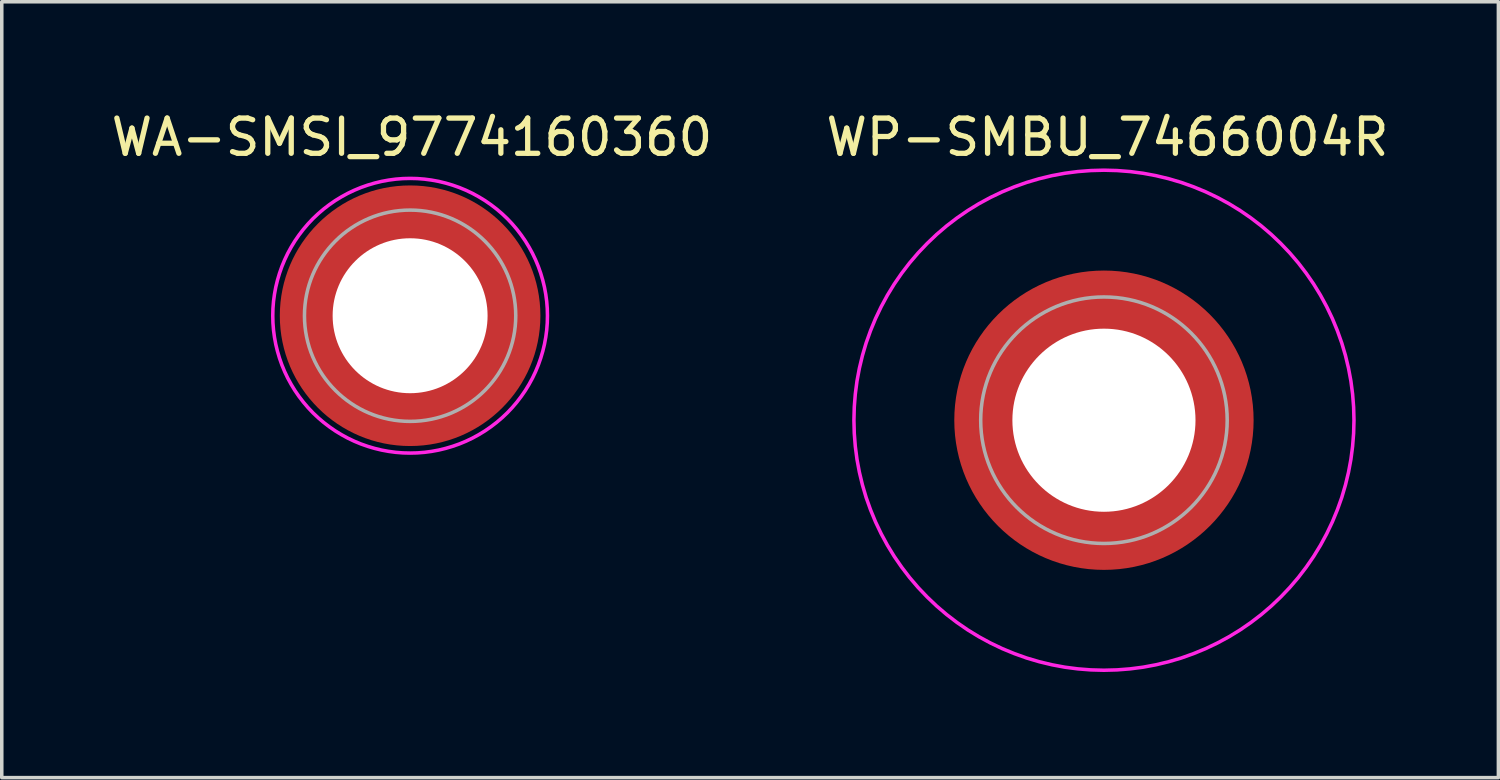
<source format=kicad_pcb>
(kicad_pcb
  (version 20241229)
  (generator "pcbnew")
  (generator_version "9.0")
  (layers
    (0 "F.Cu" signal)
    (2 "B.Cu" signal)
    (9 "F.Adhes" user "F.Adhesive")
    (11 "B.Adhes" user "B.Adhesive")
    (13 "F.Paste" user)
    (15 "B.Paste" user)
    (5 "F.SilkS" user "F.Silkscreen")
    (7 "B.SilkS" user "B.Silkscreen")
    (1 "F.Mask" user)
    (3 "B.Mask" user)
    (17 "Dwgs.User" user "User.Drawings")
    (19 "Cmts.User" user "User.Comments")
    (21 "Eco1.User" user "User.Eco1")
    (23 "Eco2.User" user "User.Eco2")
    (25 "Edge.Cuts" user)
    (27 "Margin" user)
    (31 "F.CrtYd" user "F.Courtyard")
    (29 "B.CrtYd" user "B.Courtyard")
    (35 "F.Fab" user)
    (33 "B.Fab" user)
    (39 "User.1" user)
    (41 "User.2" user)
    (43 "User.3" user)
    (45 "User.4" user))
  (footprint "WP-SMBU_7466004R"
    (layer "F.Cu")
    (at 28.299 8.883)
    (property "Reference" "WP-SMBU_7466004R" (at 0.1 -8.035 0) (layer "F.SilkS") (effects (font (size 1 1) (thickness 0.15))))
    (attr smd)
    (fp_poly (pts (xy -4.12 0.5) (xy -2.705 0.5) (xy -2.69 0.575) (xy -2.67 0.665) (xy -2.64 0.775) (xy -2.6 0.9) (xy -2.565 0.995) (xy -2.53 1.08) (xy -2.485 1.18) (xy -2.435 1.28) (xy -2.39 1.36) (xy -2.35 1.43) (xy -2.295 1.515) (xy -2.24 1.595) (xy -2.185 1.67) (xy -2.135 1.735) (xy -2.08 1.8) (xy -2.02 1.865) (xy -1.945 1.945) (xy -1.87 2.015) (xy -1.81 2.07) (xy -1.735 2.135) (xy -1.665 2.19) (xy -1.59 2.245) (xy -1.5 2.305) (xy -1.415 2.36) (xy -1.325 2.41) (xy -1.24 2.455) (xy -1.16 2.495) (xy -1.055 2.54) (xy -0.94 2.585) (xy -0.825 2.625) (xy -0.7 2.66) (xy -0.575 2.69) (xy -0.5 2.705) (xy -0.5 4.12) (xy -0.545 4.115) (xy -0.62 4.105) (xy -0.675 4.095) (xy -0.735 4.085) (xy -0.79 4.075) (xy -0.87 4.06) (xy -0.935 4.045) (xy -0.995 4.03) (xy -1.075 4.01) (xy -1.145 3.99) (xy -1.215 3.97) (xy -1.28 3.95) (xy -1.35 3.925) (xy -1.435 3.895) (xy -1.49 3.875) (xy -1.55 3.85) (xy -1.625 3.82) (xy -1.695 3.79) (xy -1.77 3.755) (xy -1.835 3.725) (xy -1.9 3.69) (xy -1.97 3.655) (xy -2.04 3.615) (xy -2.1 3.58) (xy -2.16 3.545) (xy -2.24 3.495) (xy -2.345 3.425) (xy -2.43 3.365) (xy -2.53 3.29) (xy -2.6 3.235) (xy -2.685 3.165) (xy -2.76 3.1) (xy -2.84 3.025) (xy -2.895 2.975) (xy -2.99 2.88) (xy -3.09 2.77) (xy -3.185 2.66) (xy -3.27 2.555) (xy -3.34 2.465) (xy -3.425 2.345) (xy -3.495 2.24) (xy -3.58 2.1) (xy -3.665 1.95) (xy -3.72 1.84) (xy -3.785 1.705) (xy -3.845 1.565) (xy -3.91 1.395) (xy -3.96 1.245) (xy -4.005 1.09) (xy -4.045 0.935) (xy -4.07 0.815) (xy -4.095 0.675) (xy -4.11 0.58)) (stroke (width 0.01) (type solid)) (fill yes) (layer "F.Paste"))
    (fp_poly (pts (xy -0.5 -4.12) (xy -0.5 -2.705) (xy -0.575 -2.69) (xy -0.665 -2.67) (xy -0.775 -2.64) (xy -0.9 -2.6) (xy -0.995 -2.565) (xy -1.08 -2.53) (xy -1.18 -2.485) (xy -1.28 -2.435) (xy -1.36 -2.39) (xy -1.43 -2.35) (xy -1.515 -2.295) (xy -1.595 -2.24) (xy -1.67 -2.185) (xy -1.735 -2.135) (xy -1.8 -2.08) (xy -1.865 -2.02) (xy -1.945 -1.945) (xy -2.015 -1.87) (xy -2.07 -1.81) (xy -2.135 -1.735) (xy -2.19 -1.665) (xy -2.245 -1.59) (xy -2.305 -1.5) (xy -2.36 -1.415) (xy -2.41 -1.325) (xy -2.455 -1.24) (xy -2.495 -1.16) (xy -2.54 -1.055) (xy -2.585 -0.94) (xy -2.625 -0.825) (xy -2.66 -0.7) (xy -2.69 -0.575) (xy -2.705 -0.5) (xy -4.12 -0.5) (xy -4.115 -0.545) (xy -4.105 -0.62) (xy -4.095 -0.675) (xy -4.085 -0.735) (xy -4.075 -0.79) (xy -4.06 -0.87) (xy -4.045 -0.935) (xy -4.03 -0.995) (xy -4.01 -1.075) (xy -3.99 -1.145) (xy -3.97 -1.215) (xy -3.95 -1.28) (xy -3.925 -1.35) (xy -3.895 -1.435) (xy -3.875 -1.49) (xy -3.85 -1.55) (xy -3.82 -1.625) (xy -3.79 -1.695) (xy -3.755 -1.77) (xy -3.725 -1.835) (xy -3.69 -1.9) (xy -3.655 -1.97) (xy -3.615 -2.04) (xy -3.58 -2.1) (xy -3.545 -2.16) (xy -3.495 -2.24) (xy -3.425 -2.345) (xy -3.365 -2.43) (xy -3.29 -2.53) (xy -3.235 -2.6) (xy -3.165 -2.685) (xy -3.1 -2.76) (xy -3.025 -2.84) (xy -2.975 -2.895) (xy -2.88 -2.99) (xy -2.77 -3.09) (xy -2.66 -3.185) (xy -2.555 -3.27) (xy -2.465 -3.34) (xy -2.345 -3.425) (xy -2.24 -3.495) (xy -2.1 -3.58) (xy -1.95 -3.665) (xy -1.84 -3.72) (xy -1.705 -3.785) (xy -1.565 -3.845) (xy -1.395 -3.91) (xy -1.245 -3.96) (xy -1.09 -4.005) (xy -0.935 -4.045) (xy -0.815 -4.07) (xy -0.675 -4.095) (xy -0.58 -4.11)) (stroke (width 0.01) (type solid)) (fill yes) (layer "F.Paste"))
    (fp_poly (pts (xy 0.5 4.12) (xy 0.5 2.705) (xy 0.575 2.69) (xy 0.665 2.67) (xy 0.775 2.64) (xy 0.9 2.6) (xy 0.995 2.565) (xy 1.08 2.53) (xy 1.18 2.485) (xy 1.28 2.435) (xy 1.36 2.39) (xy 1.43 2.35) (xy 1.515 2.295) (xy 1.595 2.24) (xy 1.67 2.185) (xy 1.735 2.135) (xy 1.8 2.08) (xy 1.865 2.02) (xy 1.945 1.945) (xy 2.015 1.87) (xy 2.07 1.81) (xy 2.135 1.735) (xy 2.19 1.665) (xy 2.245 1.59) (xy 2.305 1.5) (xy 2.36 1.415) (xy 2.41 1.325) (xy 2.455 1.24) (xy 2.495 1.16) (xy 2.54 1.055) (xy 2.585 0.94) (xy 2.625 0.825) (xy 2.66 0.7) (xy 2.69 0.575) (xy 2.705 0.5) (xy 4.12 0.5) (xy 4.115 0.545) (xy 4.105 0.62) (xy 4.095 0.675) (xy 4.085 0.735) (xy 4.075 0.79) (xy 4.06 0.87) (xy 4.045 0.935) (xy 4.03 0.995) (xy 4.01 1.075) (xy 3.99 1.145) (xy 3.97 1.215) (xy 3.95 1.28) (xy 3.925 1.35) (xy 3.895 1.435) (xy 3.875 1.49) (xy 3.85 1.55) (xy 3.82 1.625) (xy 3.79 1.695) (xy 3.755 1.77) (xy 3.725 1.835) (xy 3.69 1.9) (xy 3.655 1.97) (xy 3.615 2.04) (xy 3.58 2.1) (xy 3.545 2.16) (xy 3.495 2.24) (xy 3.425 2.345) (xy 3.365 2.43) (xy 3.29 2.53) (xy 3.235 2.6) (xy 3.165 2.685) (xy 3.1 2.76) (xy 3.025 2.84) (xy 2.975 2.895) (xy 2.88 2.99) (xy 2.77 3.09) (xy 2.66 3.185) (xy 2.555 3.27) (xy 2.465 3.34) (xy 2.345 3.425) (xy 2.24 3.495) (xy 2.1 3.58) (xy 1.95 3.665) (xy 1.84 3.72) (xy 1.705 3.785) (xy 1.565 3.845) (xy 1.395 3.91) (xy 1.245 3.96) (xy 1.09 4.005) (xy 0.935 4.045) (xy 0.815 4.07) (xy 0.675 4.095) (xy 0.58 4.11)) (stroke (width 0.01) (type solid)) (fill yes) (layer "F.Paste"))
    (fp_poly (pts (xy 4.12 -0.5) (xy 2.705 -0.5) (xy 2.69 -0.575) (xy 2.67 -0.665) (xy 2.64 -0.775) (xy 2.6 -0.9) (xy 2.565 -0.995) (xy 2.53 -1.08) (xy 2.485 -1.18) (xy 2.435 -1.28) (xy 2.39 -1.36) (xy 2.35 -1.43) (xy 2.295 -1.515) (xy 2.24 -1.595) (xy 2.185 -1.67) (xy 2.135 -1.735) (xy 2.08 -1.8) (xy 2.02 -1.865) (xy 1.945 -1.945) (xy 1.87 -2.015) (xy 1.81 -2.07) (xy 1.735 -2.135) (xy 1.665 -2.19) (xy 1.59 -2.245) (xy 1.5 -2.305) (xy 1.415 -2.36) (xy 1.325 -2.41) (xy 1.24 -2.455) (xy 1.16 -2.495) (xy 1.055 -2.54) (xy 0.94 -2.585) (xy 0.825 -2.625) (xy 0.7 -2.66) (xy 0.575 -2.69) (xy 0.5 -2.705) (xy 0.5 -4.12) (xy 0.545 -4.115) (xy 0.62 -4.105) (xy 0.675 -4.095) (xy 0.735 -4.085) (xy 0.79 -4.075) (xy 0.87 -4.06) (xy 0.935 -4.045) (xy 0.995 -4.03) (xy 1.075 -4.01) (xy 1.145 -3.99) (xy 1.215 -3.97) (xy 1.28 -3.95) (xy 1.35 -3.925) (xy 1.435 -3.895) (xy 1.49 -3.875) (xy 1.55 -3.85) (xy 1.625 -3.82) (xy 1.695 -3.79) (xy 1.77 -3.755) (xy 1.835 -3.725) (xy 1.9 -3.69) (xy 1.97 -3.655) (xy 2.04 -3.615) (xy 2.1 -3.58) (xy 2.16 -3.545) (xy 2.24 -3.495) (xy 2.345 -3.425) (xy 2.43 -3.365) (xy 2.53 -3.29) (xy 2.6 -3.235) (xy 2.685 -3.165) (xy 2.76 -3.1) (xy 2.84 -3.025) (xy 2.895 -2.975) (xy 2.99 -2.88) (xy 3.09 -2.77) (xy 3.185 -2.66) (xy 3.27 -2.555) (xy 3.34 -2.465) (xy 3.425 -2.345) (xy 3.495 -2.24) (xy 3.58 -2.1) (xy 3.665 -1.95) (xy 3.72 -1.84) (xy 3.785 -1.705) (xy 3.845 -1.565) (xy 3.91 -1.395) (xy 3.96 -1.245) (xy 4.005 -1.09) (xy 4.045 -0.935) (xy 4.07 -0.815) (xy 4.095 -0.675) (xy 4.11 -0.58)) (stroke (width 0.01) (type solid)) (fill yes) (layer "F.Paste"))
    (fp_poly (pts (xy 0 7.1) (xy -0.372 7.09) (xy -0.742 7.061) (xy -1.111 7.013) (xy -1.476 6.945) (xy -1.838 6.858) (xy -2.194 6.753) (xy -2.544 6.628) (xy -2.888 6.486) (xy -3.223 6.326) (xy -3.55 6.149) (xy -3.867 5.955) (xy -4.173 5.744) (xy -4.468 5.518) (xy -4.751 5.276) (xy -5.02 5.02) (xy -5.276 4.751) (xy -5.518 4.468) (xy -5.744 4.173) (xy -5.955 3.867) (xy -6.149 3.55) (xy -6.326 3.223) (xy -6.486 2.888) (xy -6.628 2.544) (xy -6.753 2.194) (xy -6.858 1.838) (xy -6.945 1.476) (xy -7.013 1.111) (xy -7.061 0.742) (xy -7.09 0.372) (xy -7.1 0) (xy -7.09 -0.372) (xy -7.061 -0.742) (xy -7.013 -1.111) (xy -6.945 -1.476) (xy -6.858 -1.838) (xy -6.753 -2.194) (xy -6.628 -2.544) (xy -6.486 -2.888) (xy -6.326 -3.223) (xy -6.149 -3.55) (xy -5.955 -3.867) (xy -5.744 -4.173) (xy -5.518 -4.468) (xy -5.276 -4.751) (xy -5.02 -5.02) (xy -4.751 -5.276) (xy -4.468 -5.518) (xy -4.173 -5.744) (xy -3.867 -5.955) (xy -3.55 -6.149) (xy -3.223 -6.326) (xy -2.888 -6.486) (xy -2.544 -6.628) (xy -2.194 -6.753) (xy -1.838 -6.858) (xy -1.476 -6.945) (xy -1.111 -7.013) (xy -0.742 -7.061) (xy -0.372 -7.09) (xy 0 -7.1) (xy 0.372 -7.09) (xy 0.742 -7.061) (xy 1.111 -7.013) (xy 1.476 -6.945) (xy 1.838 -6.858) (xy 2.194 -6.753) (xy 2.544 -6.628) (xy 2.888 -6.486) (xy 3.223 -6.326) (xy 3.55 -6.149) (xy 3.867 -5.955) (xy 4.173 -5.744) (xy 4.468 -5.518) (xy 4.751 -5.276) (xy 5.02 -5.02) (xy 5.276 -4.751) (xy 5.518 -4.468) (xy 5.744 -4.173) (xy 5.955 -3.867) (xy 6.149 -3.55) (xy 6.326 -3.223) (xy 6.486 -2.888) (xy 6.628 -2.544) (xy 6.753 -2.194) (xy 6.858 -1.838) (xy 6.945 -1.476) (xy 7.013 -1.111) (xy 7.061 -0.742) (xy 7.09 -0.372) (xy 7.1 0) (xy 7.09 0.372) (xy 7.061 0.742) (xy 7.013 1.111) (xy 6.945 1.476) (xy 6.858 1.838) (xy 6.753 2.194) (xy 6.628 2.544) (xy 6.486 2.888) (xy 6.326 3.223) (xy 6.149 3.55) (xy 5.955 3.867) (xy 5.744 4.173) (xy 5.518 4.468) (xy 5.276 4.751) (xy 5.02 5.02) (xy 4.751 5.276) (xy 4.468 5.518) (xy 4.173 5.744) (xy 3.867 5.955) (xy 3.55 6.149) (xy 3.223 6.326) (xy 2.888 6.486) (xy 2.544 6.628) (xy 2.194 6.753) (xy 1.838 6.858) (xy 1.476 6.945) (xy 1.111 7.013) (xy 0.742 7.061) (xy 0.372 7.09) (xy 0 7.1)) (stroke (width 0.1) (type solid)) (fill no) (layer "F.CrtYd"))
    (fp_circle (center 0 0) (end 3.5 0) (stroke (width 0.1) (type solid)) (fill no) (layer "F.Fab"))
    (pad "" np_thru_hole circle (at 0 0) (size 5.2 5.2) (drill 5.2) (layers "*.Cu" "*.Mask"))
    (pad "1" smd circle (at 0 0) (size 8.5 8.5) (layers "F.Cu" "F.Mask")))
  (footprint "WA-SMSI_9774160360"
    (layer "F.Cu")
    (at 8.596 5.916)
    (property "Reference" "WA-SMSI_9774160360" (at 0.053 -5.068 0) (layer "F.SilkS") (effects (font (size 1 1) (thickness 0.15))))
    (attr smd)
    (fp_poly (pts (xy -3.615 0.4) (xy -2.205 0.4) (xy -2.19 0.475) (xy -2.165 0.58) (xy -2.13 0.7) (xy -2.1 0.78) (xy -2.07 0.86) (xy -2.025 0.96) (xy -1.975 1.06) (xy -1.92 1.155) (xy -1.86 1.25) (xy -1.815 1.315) (xy -1.75 1.4) (xy -1.695 1.465) (xy -1.605 1.565) (xy -1.52 1.645) (xy -1.465 1.695) (xy -1.405 1.745) (xy -1.32 1.81) (xy -1.235 1.87) (xy -1.13 1.935) (xy -1.05 1.98) (xy -0.95 2.03) (xy -0.81 2.09) (xy -0.695 2.13) (xy -0.58 2.165) (xy -0.475 2.19) (xy -0.4 2.205) (xy -0.4 3.615) (xy -0.43 3.61) (xy -0.505 3.6) (xy -0.605 3.585) (xy -0.715 3.565) (xy -0.83 3.54) (xy -0.93 3.515) (xy -1.04 3.485) (xy -1.135 3.455) (xy -1.205 3.43) (xy -1.3 3.395) (xy -1.365 3.37) (xy -1.46 3.33) (xy -1.55 3.29) (xy -1.65 3.24) (xy -1.77 3.175) (xy -1.885 3.11) (xy -1.985 3.045) (xy -2.075 2.985) (xy -2.165 2.92) (xy -2.23 2.87) (xy -2.295 2.82) (xy -2.365 2.76) (xy -2.44 2.695) (xy -2.515 2.625) (xy -2.6 2.54) (xy -2.645 2.495) (xy -2.69 2.445) (xy -2.76 2.365) (xy -2.82 2.295) (xy -2.875 2.225) (xy -2.935 2.145) (xy -2.995 2.06) (xy -3.085 1.925) (xy -3.18 1.765) (xy -3.27 1.59) (xy -3.34 1.44) (xy -3.4 1.29) (xy -3.455 1.135) (xy -3.505 0.97) (xy -3.55 0.795) (xy -3.575 0.665) (xy -3.6 0.52)) (stroke (width 0.01) (type solid)) (fill yes) (layer "F.Paste"))
    (fp_poly (pts (xy -0.4 -3.615) (xy -0.4 -2.205) (xy -0.475 -2.19) (xy -0.58 -2.165) (xy -0.7 -2.13) (xy -0.78 -2.1) (xy -0.86 -2.07) (xy -0.96 -2.025) (xy -1.06 -1.975) (xy -1.155 -1.92) (xy -1.25 -1.86) (xy -1.315 -1.815) (xy -1.4 -1.75) (xy -1.465 -1.695) (xy -1.565 -1.605) (xy -1.645 -1.52) (xy -1.695 -1.465) (xy -1.745 -1.405) (xy -1.81 -1.32) (xy -1.87 -1.235) (xy -1.935 -1.13) (xy -1.98 -1.05) (xy -2.03 -0.95) (xy -2.09 -0.81) (xy -2.13 -0.695) (xy -2.165 -0.58) (xy -2.19 -0.475) (xy -2.205 -0.4) (xy -3.615 -0.4) (xy -3.61 -0.43) (xy -3.6 -0.505) (xy -3.585 -0.605) (xy -3.565 -0.715) (xy -3.54 -0.83) (xy -3.515 -0.93) (xy -3.485 -1.04) (xy -3.455 -1.135) (xy -3.43 -1.205) (xy -3.395 -1.3) (xy -3.37 -1.365) (xy -3.33 -1.46) (xy -3.29 -1.55) (xy -3.24 -1.65) (xy -3.175 -1.77) (xy -3.11 -1.885) (xy -3.045 -1.985) (xy -2.985 -2.075) (xy -2.92 -2.165) (xy -2.87 -2.23) (xy -2.82 -2.295) (xy -2.76 -2.365) (xy -2.695 -2.44) (xy -2.625 -2.515) (xy -2.54 -2.6) (xy -2.495 -2.645) (xy -2.445 -2.69) (xy -2.365 -2.76) (xy -2.295 -2.82) (xy -2.225 -2.875) (xy -2.145 -2.935) (xy -2.06 -2.995) (xy -1.925 -3.085) (xy -1.765 -3.18) (xy -1.59 -3.27) (xy -1.44 -3.34) (xy -1.29 -3.4) (xy -1.135 -3.455) (xy -0.97 -3.505) (xy -0.795 -3.55) (xy -0.665 -3.575) (xy -0.52 -3.6)) (stroke (width 0.01) (type solid)) (fill yes) (layer "F.Paste"))
    (fp_poly (pts (xy 0.4 3.615) (xy 0.4 2.205) (xy 0.475 2.19) (xy 0.58 2.165) (xy 0.7 2.13) (xy 0.78 2.1) (xy 0.86 2.07) (xy 0.96 2.025) (xy 1.06 1.975) (xy 1.155 1.92) (xy 1.25 1.86) (xy 1.315 1.815) (xy 1.4 1.75) (xy 1.465 1.695) (xy 1.565 1.605) (xy 1.645 1.52) (xy 1.695 1.465) (xy 1.745 1.405) (xy 1.81 1.32) (xy 1.87 1.235) (xy 1.935 1.13) (xy 1.98 1.05) (xy 2.03 0.95) (xy 2.09 0.81) (xy 2.13 0.695) (xy 2.165 0.58) (xy 2.19 0.475) (xy 2.205 0.4) (xy 3.615 0.4) (xy 3.61 0.43) (xy 3.6 0.505) (xy 3.585 0.605) (xy 3.565 0.715) (xy 3.54 0.83) (xy 3.515 0.93) (xy 3.485 1.04) (xy 3.455 1.135) (xy 3.43 1.205) (xy 3.395 1.3) (xy 3.37 1.365) (xy 3.33 1.46) (xy 3.29 1.55) (xy 3.24 1.65) (xy 3.175 1.77) (xy 3.11 1.885) (xy 3.045 1.985) (xy 2.985 2.075) (xy 2.92 2.165) (xy 2.87 2.23) (xy 2.82 2.295) (xy 2.76 2.365) (xy 2.695 2.44) (xy 2.625 2.515) (xy 2.54 2.6) (xy 2.495 2.645) (xy 2.445 2.69) (xy 2.365 2.76) (xy 2.295 2.82) (xy 2.225 2.875) (xy 2.145 2.935) (xy 2.06 2.995) (xy 1.925 3.085) (xy 1.765 3.18) (xy 1.59 3.27) (xy 1.44 3.34) (xy 1.29 3.4) (xy 1.135 3.455) (xy 0.97 3.505) (xy 0.795 3.55) (xy 0.665 3.575) (xy 0.52 3.6)) (stroke (width 0.01) (type solid)) (fill yes) (layer "F.Paste"))
    (fp_poly (pts (xy 3.615 -0.4) (xy 2.205 -0.4) (xy 2.19 -0.475) (xy 2.165 -0.58) (xy 2.13 -0.7) (xy 2.1 -0.78) (xy 2.07 -0.86) (xy 2.025 -0.96) (xy 1.975 -1.06) (xy 1.92 -1.155) (xy 1.86 -1.25) (xy 1.815 -1.315) (xy 1.75 -1.4) (xy 1.695 -1.465) (xy 1.605 -1.565) (xy 1.52 -1.645) (xy 1.465 -1.695) (xy 1.405 -1.745) (xy 1.32 -1.81) (xy 1.235 -1.87) (xy 1.13 -1.935) (xy 1.05 -1.98) (xy 0.95 -2.03) (xy 0.81 -2.09) (xy 0.695 -2.13) (xy 0.58 -2.165) (xy 0.475 -2.19) (xy 0.4 -2.205) (xy 0.4 -3.615) (xy 0.43 -3.61) (xy 0.505 -3.6) (xy 0.605 -3.585) (xy 0.715 -3.565) (xy 0.83 -3.54) (xy 0.93 -3.515) (xy 1.04 -3.485) (xy 1.135 -3.455) (xy 1.205 -3.43) (xy 1.3 -3.395) (xy 1.365 -3.37) (xy 1.46 -3.33) (xy 1.55 -3.29) (xy 1.65 -3.24) (xy 1.77 -3.175) (xy 1.885 -3.11) (xy 1.985 -3.045) (xy 2.075 -2.985) (xy 2.165 -2.92) (xy 2.23 -2.87) (xy 2.295 -2.82) (xy 2.365 -2.76) (xy 2.44 -2.695) (xy 2.515 -2.625) (xy 2.6 -2.54) (xy 2.645 -2.495) (xy 2.69 -2.445) (xy 2.76 -2.365) (xy 2.82 -2.295) (xy 2.875 -2.225) (xy 2.935 -2.145) (xy 2.995 -2.06) (xy 3.085 -1.925) (xy 3.18 -1.765) (xy 3.27 -1.59) (xy 3.34 -1.44) (xy 3.4 -1.29) (xy 3.455 -1.135) (xy 3.505 -0.97) (xy 3.55 -0.795) (xy 3.575 -0.665) (xy 3.6 -0.52)) (stroke (width 0.01) (type solid)) (fill yes) (layer "F.Paste"))
    (fp_poly (pts (xy 0 -3.9) (xy 0.204 -3.895) (xy 0.408 -3.879) (xy 0.61 -3.852) (xy 0.811 -3.815) (xy 1.009 -3.767) (xy 1.205 -3.709) (xy 1.398 -3.641) (xy 1.586 -3.563) (xy 1.771 -3.475) (xy 1.95 -3.377) (xy 2.124 -3.271) (xy 2.292 -3.155) (xy 2.454 -3.031) (xy 2.61 -2.898) (xy 2.758 -2.758) (xy 2.898 -2.61) (xy 3.031 -2.454) (xy 3.155 -2.292) (xy 3.271 -2.124) (xy 3.377 -1.95) (xy 3.475 -1.771) (xy 3.563 -1.586) (xy 3.641 -1.398) (xy 3.709 -1.205) (xy 3.767 -1.009) (xy 3.815 -0.811) (xy 3.852 -0.61) (xy 3.879 -0.408) (xy 3.895 -0.204) (xy 3.9 0) (xy 3.895 0.204) (xy 3.879 0.408) (xy 3.852 0.61) (xy 3.815 0.811) (xy 3.767 1.009) (xy 3.709 1.205) (xy 3.641 1.398) (xy 3.563 1.586) (xy 3.475 1.771) (xy 3.377 1.95) (xy 3.271 2.124) (xy 3.155 2.292) (xy 3.031 2.454) (xy 2.898 2.61) (xy 2.758 2.758) (xy 2.61 2.898) (xy 2.454 3.031) (xy 2.292 3.155) (xy 2.124 3.271) (xy 1.95 3.377) (xy 1.771 3.475) (xy 1.586 3.563) (xy 1.398 3.641) (xy 1.205 3.709) (xy 1.009 3.767) (xy 0.811 3.815) (xy 0.61 3.852) (xy 0.408 3.879) (xy 0.204 3.895) (xy 0 3.9) (xy -0.204 3.895) (xy -0.408 3.879) (xy -0.61 3.852) (xy -0.811 3.815) (xy -1.009 3.767) (xy -1.205 3.709) (xy -1.398 3.641) (xy -1.586 3.563) (xy -1.771 3.475) (xy -1.95 3.377) (xy -2.124 3.271) (xy -2.292 3.155) (xy -2.454 3.031) (xy -2.61 2.898) (xy -2.758 2.758) (xy -2.898 2.61) (xy -3.031 2.454) (xy -3.155 2.292) (xy -3.271 2.124) (xy -3.377 1.95) (xy -3.475 1.771) (xy -3.563 1.586) (xy -3.641 1.398) (xy -3.709 1.205) (xy -3.767 1.009) (xy -3.815 0.811) (xy -3.852 0.61) (xy -3.879 0.408) (xy -3.895 0.204) (xy -3.9 0) (xy -3.895 -0.204) (xy -3.879 -0.408) (xy -3.852 -0.61) (xy -3.815 -0.811) (xy -3.767 -1.009) (xy -3.709 -1.205) (xy -3.641 -1.398) (xy -3.563 -1.586) (xy -3.475 -1.771) (xy -3.377 -1.95) (xy -3.271 -2.124) (xy -3.155 -2.292) (xy -3.031 -2.454) (xy -2.898 -2.61) (xy -2.758 -2.758) (xy -2.61 -2.898) (xy -2.454 -3.031) (xy -2.292 -3.155) (xy -2.124 -3.271) (xy -1.95 -3.377) (xy -1.771 -3.475) (xy -1.586 -3.563) (xy -1.398 -3.641) (xy -1.205 -3.709) (xy -1.009 -3.767) (xy -0.811 -3.815) (xy -0.61 -3.852) (xy -0.408 -3.879) (xy -0.204 -3.895) (xy 0 -3.9)) (stroke (width 0.1) (type solid)) (fill no) (layer "F.CrtYd"))
    (fp_circle (center 0 0) (end 3 0) (stroke (width 0.1) (type solid)) (fill no) (layer "F.Fab"))
    (pad "" np_thru_hole circle (at 0 0) (size 4.4 4.4) (drill 4.4) (layers "*.Cu" "*.Mask"))
    (pad "1" smd circle (at 0 0) (size 7.4 7.4) (layers "F.Cu" "F.Mask")))
  (gr_rect
    (start -3 -3)
    (end 39.5 19.033)
    (stroke (width 0.1) (type default))
    (fill no)
    (layer "Edge.Cuts")))
</source>
